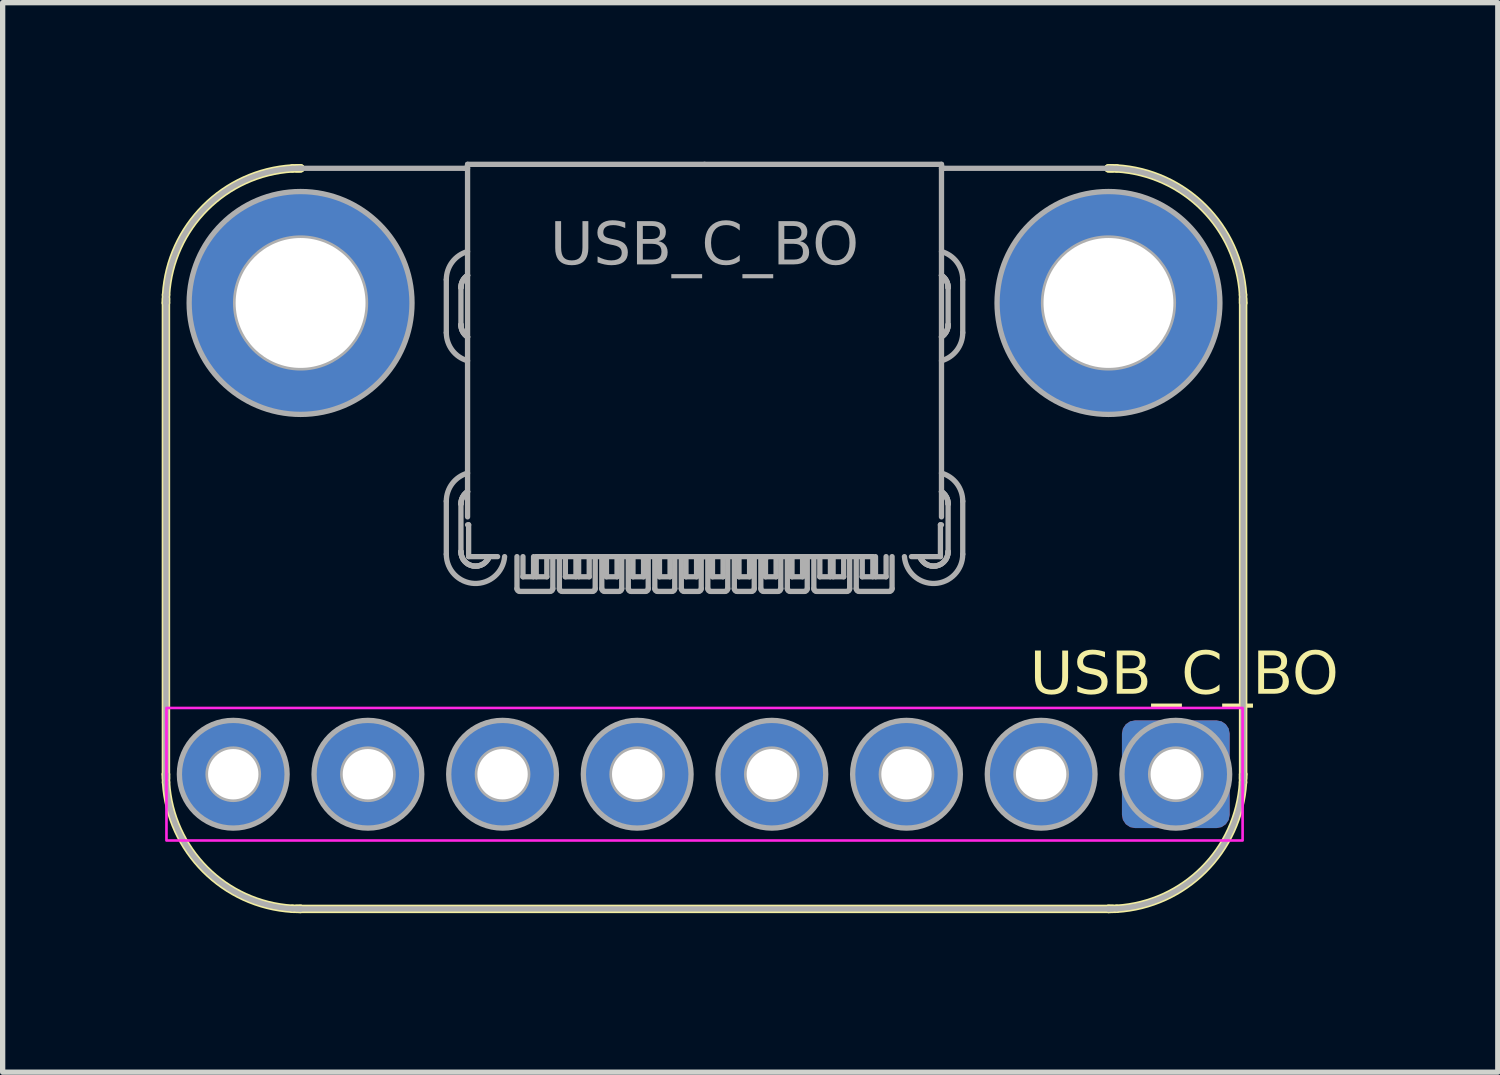
<source format=kicad_pcb>
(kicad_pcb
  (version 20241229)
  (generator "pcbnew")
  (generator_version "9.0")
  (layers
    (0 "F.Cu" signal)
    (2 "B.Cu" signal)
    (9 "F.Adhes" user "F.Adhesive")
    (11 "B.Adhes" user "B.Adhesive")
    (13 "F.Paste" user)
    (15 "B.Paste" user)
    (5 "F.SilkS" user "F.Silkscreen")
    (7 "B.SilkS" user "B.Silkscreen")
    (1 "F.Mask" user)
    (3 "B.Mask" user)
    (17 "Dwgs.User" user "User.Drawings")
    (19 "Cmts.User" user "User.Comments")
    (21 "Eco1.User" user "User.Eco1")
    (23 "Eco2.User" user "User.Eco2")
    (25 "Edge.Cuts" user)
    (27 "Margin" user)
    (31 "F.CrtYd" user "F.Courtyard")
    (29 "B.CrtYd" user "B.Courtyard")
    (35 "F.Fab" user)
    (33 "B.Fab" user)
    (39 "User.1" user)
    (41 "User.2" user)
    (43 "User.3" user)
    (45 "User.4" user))
  (footprint "USB_C_BO"
    (layer "F.Cu")
    (at 10.24 11.555)
    (property "Reference" "USB_C_BO" (at 9.05 -1.85 180) (layer "F.SilkS") (effects (font (face "PT Mono") (size 0.8 0.8) (thickness 0.15))))
    (attr through_hole)
    (fp_line (start -10.16 -8.89) (end -10.158 -9.044) (stroke (width 0.16) (type solid)) (layer "F.SilkS"))
    (fp_line (start -10.16 0) (end -10.16 -8.89) (stroke (width 0.16) (type solid)) (layer "F.SilkS"))
    (fp_line (start -10.158 0.154) (end -10.16 0) (stroke (width 0.16) (type solid)) (layer "F.SilkS"))
    (fp_line (start -7.774 -11.428) (end -7.62 -11.43) (stroke (width 0.16) (type solid)) (layer "F.SilkS"))
    (fp_line (start -7.62 2.54) (end -7.774 2.538) (stroke (width 0.16) (type solid)) (layer "F.SilkS"))
    (fp_line (start 7.62 -11.43) (end 7.774 -11.428) (stroke (width 0.16) (type solid)) (layer "F.SilkS"))
    (fp_line (start 7.62 2.54) (end -7.62 2.54) (stroke (width 0.16) (type solid)) (layer "F.SilkS"))
    (fp_line (start 7.774 2.538) (end 7.62 2.54) (stroke (width 0.16) (type solid)) (layer "F.SilkS"))
    (fp_line (start 10.158 -9.044) (end 10.16 -8.89) (stroke (width 0.16) (type solid)) (layer "F.SilkS"))
    (fp_line (start 10.16 -8.89) (end 10.16 0) (stroke (width 0.16) (type solid)) (layer "F.SilkS"))
    (fp_line (start 10.16 0) (end 10.158 0.154) (stroke (width 0.16) (type solid)) (layer "F.SilkS"))
    (fp_arc (start -10.16 -8.89) (mid -10.159711 -8.928334) (end -10.158843 -8.96666) (stroke (width 0.16) (type solid)) (layer "F.SilkS"))
    (fp_arc (start -10.158843 0.07666) (mid -10.159711 0.038334) (end -10.16 0) (stroke (width 0.16) (type solid)) (layer "F.SilkS"))
    (fp_arc (start -10.157683 -9.043501) (mid -9.417693 -10.687693) (end -7.773502 -11.427683) (stroke (width 0.16) (type solid)) (layer "F.SilkS"))
    (fp_arc (start -7.773501 2.537683) (mid -9.417693 1.797693) (end -10.157683 0.153502) (stroke (width 0.16) (type solid)) (layer "F.SilkS"))
    (fp_arc (start -7.69666 -11.428843) (mid -7.658334 -11.429711) (end -7.62 -11.43) (stroke (width 0.16) (type solid)) (layer "F.SilkS"))
    (fp_arc (start -7.62 2.54) (mid -7.658334 2.539711) (end -7.69666 2.538843) (stroke (width 0.16) (type solid)) (layer "F.SilkS"))
    (fp_arc (start 7.62 -11.43) (mid 7.658334 -11.429711) (end 7.69666 -11.428843) (stroke (width 0.16) (type solid)) (layer "F.SilkS"))
    (fp_arc (start 7.69666 2.538843) (mid 7.658334 2.539711) (end 7.62 2.54) (stroke (width 0.16) (type solid)) (layer "F.SilkS"))
    (fp_arc (start 7.773501 -11.427683) (mid 9.417693 -10.687693) (end 10.157683 -9.043502) (stroke (width 0.16) (type solid)) (layer "F.SilkS"))
    (fp_arc (start 10.157683 0.153501) (mid 9.417693 1.797693) (end 7.773502 2.537683) (stroke (width 0.16) (type solid)) (layer "F.SilkS"))
    (fp_arc (start 10.158843 -8.96666) (mid 10.159711 -8.928334) (end 10.16 -8.89) (stroke (width 0.16) (type solid)) (layer "F.SilkS"))
    (fp_arc (start 10.16 0) (mid 10.159711 0.038334) (end 10.158843 0.07666) (stroke (width 0.16) (type solid)) (layer "F.SilkS"))
    (fp_rect (start -10.15 -1.25) (end 10.15 1.25) (stroke (width 0.05) (type default)) (fill no) (layer "F.CrtYd"))
    (fp_line (start -10.16 -8.89) (end -10.158 -9.044) (stroke (width 0.1) (type solid)) (layer "F.Fab"))
    (fp_line (start -10.16 0) (end -10.16 -8.89) (stroke (width 0.1) (type solid)) (layer "F.Fab"))
    (fp_line (start -10.158 0.154) (end -10.16 0) (stroke (width 0.1) (type solid)) (layer "F.Fab"))
    (fp_line (start -7.774 -11.428) (end -7.62 -11.43) (stroke (width 0.1) (type solid)) (layer "F.Fab"))
    (fp_line (start -7.62 -11.43) (end -4.521 -11.43) (stroke (width 0.1) (type solid)) (layer "F.Fab"))
    (fp_line (start -7.62 2.54) (end -7.774 2.538) (stroke (width 0.1) (type solid)) (layer "F.Fab"))
    (fp_line (start -4.871 -9.33) (end -4.871 -8.33) (stroke (width 0.1) (type solid)) (layer "F.Fab"))
    (fp_line (start -4.871 -5.15) (end -4.871 -4.15) (stroke (width 0.1) (type solid)) (layer "F.Fab"))
    (fp_line (start -4.595 -8.48) (end -4.595 -9.18) (stroke (width 0.1) (type solid)) (layer "F.Fab"))
    (fp_line (start -4.595 -4.2) (end -4.595 -5.1) (stroke (width 0.1) (type solid)) (layer "F.Fab"))
    (fp_line (start -4.521 -11.43) (end -4.47 -11.43) (stroke (width 0.1) (type solid)) (layer "F.Fab"))
    (fp_line (start -4.47 -11.505) (end -4.47 -4.855) (stroke (width 0.1) (type solid)) (layer "F.Fab"))
    (fp_line (start -4.47 -4.705) (end -4.45 -4.705) (stroke (width 0.1) (type solid)) (layer "F.Fab"))
    (fp_line (start -4.45 -4.105) (end -4.45 -4.705) (stroke (width 0.1) (type solid)) (layer "F.Fab"))
    (fp_line (start -3.903 -4.105) (end -4.45 -4.105) (stroke (width 0.1) (type solid)) (layer "F.Fab"))
    (fp_line (start -3.538 -4.105) (end -3.538 -3.5) (stroke (width 0.1) (type solid)) (layer "F.Fab"))
    (fp_line (start -3.487 -3.449) (end -2.913 -3.449) (stroke (width 0.1) (type solid)) (layer "F.Fab"))
    (fp_line (start -3.425 -4.105) (end -3.425 -3.725) (stroke (width 0.1) (type solid)) (layer "F.Fab"))
    (fp_line (start -3.425 -3.725) (end -3.225 -3.725) (stroke (width 0.1) (type solid)) (layer "F.Fab"))
    (fp_line (start -3.225 -4.105) (end -3.225 -3.725) (stroke (width 0.1) (type solid)) (layer "F.Fab"))
    (fp_line (start -3.175 -4.105) (end -3.175 -3.725) (stroke (width 0.1) (type solid)) (layer "F.Fab"))
    (fp_line (start -3.175 -3.725) (end -2.975 -3.725) (stroke (width 0.1) (type solid)) (layer "F.Fab"))
    (fp_line (start -3.17 -4.105) (end -2.6 -4.105) (stroke (width 0.1) (type solid)) (layer "F.Fab"))
    (fp_line (start -2.975 -4.105) (end -2.975 -3.725) (stroke (width 0.1) (type solid)) (layer "F.Fab"))
    (fp_line (start -2.862 -3.5) (end -2.862 -4.105) (stroke (width 0.1) (type solid)) (layer "F.Fab"))
    (fp_line (start -2.738 -4.105) (end -2.738 -3.5) (stroke (width 0.1) (type solid)) (layer "F.Fab"))
    (fp_line (start -2.688 -3.449) (end -2.112 -3.449) (stroke (width 0.1) (type solid)) (layer "F.Fab"))
    (fp_line (start -2.625 -4.105) (end -2.625 -3.725) (stroke (width 0.1) (type solid)) (layer "F.Fab"))
    (fp_line (start -2.625 -3.725) (end -2.425 -3.725) (stroke (width 0.1) (type solid)) (layer "F.Fab"))
    (fp_line (start -2.6 -4.105) (end -2.4 -4.105) (stroke (width 0.1) (type solid)) (layer "F.Fab"))
    (fp_line (start -2.425 -4.105) (end -2.425 -3.725) (stroke (width 0.1) (type solid)) (layer "F.Fab"))
    (fp_line (start -2.4 -4.105) (end -1.2 -4.105) (stroke (width 0.1) (type solid)) (layer "F.Fab"))
    (fp_line (start -2.375 -4.105) (end -2.375 -3.725) (stroke (width 0.1) (type solid)) (layer "F.Fab"))
    (fp_line (start -2.375 -3.725) (end -2.175 -3.725) (stroke (width 0.1) (type solid)) (layer "F.Fab"))
    (fp_line (start -2.175 -4.105) (end -2.175 -3.725) (stroke (width 0.1) (type solid)) (layer "F.Fab"))
    (fp_line (start -2.062 -3.5) (end -2.062 -4.105) (stroke (width 0.1) (type solid)) (layer "F.Fab"))
    (fp_line (start -1.938 -4.105) (end -1.938 -3.5) (stroke (width 0.1) (type solid)) (layer "F.Fab"))
    (fp_line (start -1.887 -3.449) (end -1.613 -3.449) (stroke (width 0.1) (type solid)) (layer "F.Fab"))
    (fp_line (start -1.85 -4.105) (end -1.85 -3.725) (stroke (width 0.1) (type solid)) (layer "F.Fab"))
    (fp_line (start -1.85 -3.725) (end -1.65 -3.725) (stroke (width 0.1) (type solid)) (layer "F.Fab"))
    (fp_line (start -1.65 -4.105) (end -1.65 -3.725) (stroke (width 0.1) (type solid)) (layer "F.Fab"))
    (fp_line (start -1.562 -3.5) (end -1.562 -4.105) (stroke (width 0.1) (type solid)) (layer "F.Fab"))
    (fp_line (start -1.438 -4.105) (end -1.438 -3.5) (stroke (width 0.1) (type solid)) (layer "F.Fab"))
    (fp_line (start -1.387 -3.449) (end -1.113 -3.449) (stroke (width 0.1) (type solid)) (layer "F.Fab"))
    (fp_line (start -1.35 -4.105) (end -1.35 -3.725) (stroke (width 0.1) (type solid)) (layer "F.Fab"))
    (fp_line (start -1.35 -3.725) (end -1.15 -3.725) (stroke (width 0.1) (type solid)) (layer "F.Fab"))
    (fp_line (start -1.2 -4.105) (end 0 -4.105) (stroke (width 0.1) (type solid)) (layer "F.Fab"))
    (fp_line (start -1.15 -4.105) (end -1.15 -3.725) (stroke (width 0.1) (type solid)) (layer "F.Fab"))
    (fp_line (start -1.062 -3.5) (end -1.062 -4.105) (stroke (width 0.1) (type solid)) (layer "F.Fab"))
    (fp_line (start -0.938 -4.105) (end -0.938 -3.5) (stroke (width 0.1) (type solid)) (layer "F.Fab"))
    (fp_line (start -0.887 -3.449) (end -0.613 -3.449) (stroke (width 0.1) (type solid)) (layer "F.Fab"))
    (fp_line (start -0.85 -4.105) (end -0.85 -3.725) (stroke (width 0.1) (type solid)) (layer "F.Fab"))
    (fp_line (start -0.85 -3.725) (end -0.65 -3.725) (stroke (width 0.1) (type solid)) (layer "F.Fab"))
    (fp_line (start -0.65 -4.105) (end -0.65 -3.725) (stroke (width 0.1) (type solid)) (layer "F.Fab"))
    (fp_line (start -0.562 -3.5) (end -0.562 -4.105) (stroke (width 0.1) (type solid)) (layer "F.Fab"))
    (fp_line (start -0.438 -4.105) (end -0.438 -3.5) (stroke (width 0.1) (type solid)) (layer "F.Fab"))
    (fp_line (start -0.388 -3.449) (end -0.113 -3.449) (stroke (width 0.1) (type solid)) (layer "F.Fab"))
    (fp_line (start -0.35 -4.105) (end -0.35 -3.725) (stroke (width 0.1) (type solid)) (layer "F.Fab"))
    (fp_line (start -0.35 -3.725) (end -0.15 -3.725) (stroke (width 0.1) (type solid)) (layer "F.Fab"))
    (fp_line (start -0.15 -4.105) (end -0.15 -3.725) (stroke (width 0.1) (type solid)) (layer "F.Fab"))
    (fp_line (start -0.062 -3.5) (end -0.062 -4.105) (stroke (width 0.1) (type solid)) (layer "F.Fab"))
    (fp_line (start 0 -11.505) (end -4.47 -11.505) (stroke (width 0.1) (type solid)) (layer "F.Fab"))
    (fp_line (start 0 -11.505) (end 4.47 -11.505) (stroke (width 0.1) (type solid)) (layer "F.Fab"))
    (fp_line (start 0.062 -4.105) (end 0.062 -3.5) (stroke (width 0.1) (type solid)) (layer "F.Fab"))
    (fp_line (start 0.113 -3.449) (end 0.388 -3.449) (stroke (width 0.1) (type solid)) (layer "F.Fab"))
    (fp_line (start 0.15 -4.105) (end 0.15 -3.725) (stroke (width 0.1) (type solid)) (layer "F.Fab"))
    (fp_line (start 0.35 -4.105) (end 0.35 -3.725) (stroke (width 0.1) (type solid)) (layer "F.Fab"))
    (fp_line (start 0.35 -3.725) (end 0.15 -3.725) (stroke (width 0.1) (type solid)) (layer "F.Fab"))
    (fp_line (start 0.438 -3.5) (end 0.438 -4.105) (stroke (width 0.1) (type solid)) (layer "F.Fab"))
    (fp_line (start 0.562 -4.105) (end 0.562 -3.5) (stroke (width 0.1) (type solid)) (layer "F.Fab"))
    (fp_line (start 0.613 -3.449) (end 0.887 -3.449) (stroke (width 0.1) (type solid)) (layer "F.Fab"))
    (fp_line (start 0.65 -4.105) (end 0.65 -3.725) (stroke (width 0.1) (type solid)) (layer "F.Fab"))
    (fp_line (start 0.85 -4.105) (end 0.85 -3.725) (stroke (width 0.1) (type solid)) (layer "F.Fab"))
    (fp_line (start 0.85 -3.725) (end 0.65 -3.725) (stroke (width 0.1) (type solid)) (layer "F.Fab"))
    (fp_line (start 0.938 -3.5) (end 0.938 -4.105) (stroke (width 0.1) (type solid)) (layer "F.Fab"))
    (fp_line (start 1.062 -4.105) (end 1.062 -3.5) (stroke (width 0.1) (type solid)) (layer "F.Fab"))
    (fp_line (start 1.113 -3.449) (end 1.387 -3.449) (stroke (width 0.1) (type solid)) (layer "F.Fab"))
    (fp_line (start 1.15 -4.105) (end 1.15 -3.725) (stroke (width 0.1) (type solid)) (layer "F.Fab"))
    (fp_line (start 1.2 -4.105) (end 0 -4.105) (stroke (width 0.1) (type solid)) (layer "F.Fab"))
    (fp_line (start 1.35 -4.105) (end 1.35 -3.725) (stroke (width 0.1) (type solid)) (layer "F.Fab"))
    (fp_line (start 1.35 -3.725) (end 1.15 -3.725) (stroke (width 0.1) (type solid)) (layer "F.Fab"))
    (fp_line (start 1.438 -3.5) (end 1.438 -4.105) (stroke (width 0.1) (type solid)) (layer "F.Fab"))
    (fp_line (start 1.562 -4.105) (end 1.562 -3.5) (stroke (width 0.1) (type solid)) (layer "F.Fab"))
    (fp_line (start 1.613 -3.449) (end 1.887 -3.449) (stroke (width 0.1) (type solid)) (layer "F.Fab"))
    (fp_line (start 1.65 -4.105) (end 1.65 -3.725) (stroke (width 0.1) (type solid)) (layer "F.Fab"))
    (fp_line (start 1.85 -4.105) (end 1.85 -3.725) (stroke (width 0.1) (type solid)) (layer "F.Fab"))
    (fp_line (start 1.85 -3.725) (end 1.65 -3.725) (stroke (width 0.1) (type solid)) (layer "F.Fab"))
    (fp_line (start 1.938 -3.5) (end 1.938 -4.105) (stroke (width 0.1) (type solid)) (layer "F.Fab"))
    (fp_line (start 2.062 -4.105) (end 2.062 -3.5) (stroke (width 0.1) (type solid)) (layer "F.Fab"))
    (fp_line (start 2.112 -3.449) (end 2.688 -3.449) (stroke (width 0.1) (type solid)) (layer "F.Fab"))
    (fp_line (start 2.175 -4.105) (end 2.175 -3.725) (stroke (width 0.1) (type solid)) (layer "F.Fab"))
    (fp_line (start 2.375 -4.105) (end 2.375 -3.725) (stroke (width 0.1) (type solid)) (layer "F.Fab"))
    (fp_line (start 2.375 -3.725) (end 2.175 -3.725) (stroke (width 0.1) (type solid)) (layer "F.Fab"))
    (fp_line (start 2.4 -4.105) (end 1.2 -4.105) (stroke (width 0.1) (type solid)) (layer "F.Fab"))
    (fp_line (start 2.425 -4.105) (end 2.425 -3.725) (stroke (width 0.1) (type solid)) (layer "F.Fab"))
    (fp_line (start 2.6 -4.105) (end 2.4 -4.105) (stroke (width 0.1) (type solid)) (layer "F.Fab"))
    (fp_line (start 2.625 -4.105) (end 2.625 -3.725) (stroke (width 0.1) (type solid)) (layer "F.Fab"))
    (fp_line (start 2.625 -3.725) (end 2.425 -3.725) (stroke (width 0.1) (type solid)) (layer "F.Fab"))
    (fp_line (start 2.738 -3.5) (end 2.738 -4.105) (stroke (width 0.1) (type solid)) (layer "F.Fab"))
    (fp_line (start 2.862 -4.105) (end 2.862 -3.5) (stroke (width 0.1) (type solid)) (layer "F.Fab"))
    (fp_line (start 2.913 -3.449) (end 3.487 -3.449) (stroke (width 0.1) (type solid)) (layer "F.Fab"))
    (fp_line (start 2.975 -4.105) (end 2.975 -3.725) (stroke (width 0.1) (type solid)) (layer "F.Fab"))
    (fp_line (start 3.17 -4.105) (end 2.6 -4.105) (stroke (width 0.1) (type solid)) (layer "F.Fab"))
    (fp_line (start 3.175 -4.105) (end 3.175 -3.725) (stroke (width 0.1) (type solid)) (layer "F.Fab"))
    (fp_line (start 3.175 -3.725) (end 2.975 -3.725) (stroke (width 0.1) (type solid)) (layer "F.Fab"))
    (fp_line (start 3.225 -4.105) (end 3.225 -3.725) (stroke (width 0.1) (type solid)) (layer "F.Fab"))
    (fp_line (start 3.425 -4.105) (end 3.425 -3.725) (stroke (width 0.1) (type solid)) (layer "F.Fab"))
    (fp_line (start 3.425 -3.725) (end 3.225 -3.725) (stroke (width 0.1) (type solid)) (layer "F.Fab"))
    (fp_line (start 3.538 -3.5) (end 3.538 -4.105) (stroke (width 0.1) (type solid)) (layer "F.Fab"))
    (fp_line (start 3.903 -4.105) (end 4.45 -4.105) (stroke (width 0.1) (type solid)) (layer "F.Fab"))
    (fp_line (start 4.45 -4.105) (end 4.45 -4.705) (stroke (width 0.1) (type solid)) (layer "F.Fab"))
    (fp_line (start 4.47 -11.505) (end 4.47 -4.855) (stroke (width 0.1) (type solid)) (layer "F.Fab"))
    (fp_line (start 4.47 -11.43) (end 4.521 -11.43) (stroke (width 0.1) (type solid)) (layer "F.Fab"))
    (fp_line (start 4.47 -4.705) (end 4.45 -4.705) (stroke (width 0.1) (type solid)) (layer "F.Fab"))
    (fp_line (start 4.521 -11.43) (end 7.62 -11.43) (stroke (width 0.1) (type solid)) (layer "F.Fab"))
    (fp_line (start 4.595 -9.18) (end 4.595 -8.48) (stroke (width 0.1) (type solid)) (layer "F.Fab"))
    (fp_line (start 4.595 -5.1) (end 4.595 -4.2) (stroke (width 0.1) (type solid)) (layer "F.Fab"))
    (fp_line (start 4.871 -8.33) (end 4.871 -9.33) (stroke (width 0.1) (type solid)) (layer "F.Fab"))
    (fp_line (start 4.871 -4.15) (end 4.871 -5.15) (stroke (width 0.1) (type solid)) (layer "F.Fab"))
    (fp_line (start 7.62 -11.43) (end 7.774 -11.428) (stroke (width 0.1) (type solid)) (layer "F.Fab"))
    (fp_line (start 7.62 2.54) (end -7.62 2.54) (stroke (width 0.1) (type solid)) (layer "F.Fab"))
    (fp_line (start 7.774 2.538) (end 7.62 2.54) (stroke (width 0.1) (type solid)) (layer "F.Fab"))
    (fp_line (start 10.158 -9.044) (end 10.16 -8.89) (stroke (width 0.1) (type solid)) (layer "F.Fab"))
    (fp_line (start 10.16 -8.89) (end 10.16 0) (stroke (width 0.1) (type solid)) (layer "F.Fab"))
    (fp_line (start 10.16 0) (end 10.158 0.154) (stroke (width 0.1) (type solid)) (layer "F.Fab"))
    (fp_arc (start -10.16 -8.89) (mid -10.159711 -8.928334) (end -10.158843 -8.96666) (stroke (width 0.1) (type solid)) (layer "F.Fab"))
    (fp_arc (start -10.158843 0.07666) (mid -10.159711 0.038334) (end -10.16 0) (stroke (width 0.1) (type solid)) (layer "F.Fab"))
    (fp_arc (start -10.157683 -9.043501) (mid -9.417693 -10.687693) (end -7.773502 -11.427683) (stroke (width 0.1) (type solid)) (layer "F.Fab"))
    (fp_arc (start -7.773501 2.537683) (mid -9.417693 1.797693) (end -10.157683 0.153502) (stroke (width 0.1) (type solid)) (layer "F.Fab"))
    (fp_arc (start -7.69666 -11.428843) (mid -7.658334 -11.429711) (end -7.62 -11.43) (stroke (width 0.1) (type solid)) (layer "F.Fab"))
    (fp_arc (start -7.62 2.54) (mid -7.658334 2.539711) (end -7.69666 2.538843) (stroke (width 0.1) (type solid)) (layer "F.Fab"))
    (fp_arc (start -4.8708 -9.33) (mid -4.759318 -9.662235) (end -4.47 -9.859982) (stroke (width 0.1) (type solid)) (layer "F.Fab"))
    (fp_arc (start -4.8708 -5.15) (mid -4.759318 -5.482235) (end -4.47 -5.679982) (stroke (width 0.1) (type solid)) (layer "F.Fab"))
    (fp_arc (start -4.595 -9.18) (mid -4.561738 -9.311101) (end -4.47 -9.410489) (stroke (width 0.1) (type solid)) (layer "F.Fab"))
    (fp_arc (start -4.595 -9.18) (mid -4.561738 -9.311101) (end -4.47 -9.410489) (stroke (width 0.1) (type solid)) (layer "F.Fab"))
    (fp_arc (start -4.595 -9.18) (mid -4.561738 -9.311101) (end -4.47 -9.410489) (stroke (width 0.1) (type solid)) (layer "F.Fab"))
    (fp_arc (start -4.595 -5.1) (mid -4.561738 -5.231101) (end -4.47 -5.330489) (stroke (width 0.1) (type solid)) (layer "F.Fab"))
    (fp_arc (start -4.595 -5.1) (mid -4.561738 -5.231101) (end -4.47 -5.330489) (stroke (width 0.1) (type solid)) (layer "F.Fab"))
    (fp_arc (start -4.595 -5.1) (mid -4.561738 -5.231101) (end -4.47 -5.330489) (stroke (width 0.1) (type solid)) (layer "F.Fab"))
    (fp_arc (start -4.47 -8.249511) (mid -4.561739 -8.348899) (end -4.595 -8.48) (stroke (width 0.1) (type solid)) (layer "F.Fab"))
    (fp_arc (start -4.47 -8.249511) (mid -4.561739 -8.348899) (end -4.595 -8.48) (stroke (width 0.1) (type solid)) (layer "F.Fab"))
    (fp_arc (start -4.47 -8.249511) (mid -4.561739 -8.348899) (end -4.595 -8.48) (stroke (width 0.1) (type solid)) (layer "F.Fab"))
    (fp_arc (start -4.47 -7.800018) (mid -4.759318 -7.997764) (end -4.8708 -8.33) (stroke (width 0.1) (type solid)) (layer "F.Fab"))
    (fp_arc (start -4.06193 -4.105) (mid -4.368248 -3.929265) (end -4.595 -4.2) (stroke (width 0.1) (type solid)) (layer "F.Fab"))
    (fp_arc (start -4.06193 -4.105) (mid -4.368248 -3.929265) (end -4.595 -4.2) (stroke (width 0.1) (type solid)) (layer "F.Fab"))
    (fp_arc (start -4.06193 -4.105) (mid -4.368248 -3.929265) (end -4.595 -4.2) (stroke (width 0.1) (type solid)) (layer "F.Fab"))
    (fp_arc (start -3.771041 -4.105) (mid -4.342519 -3.59966) (end -4.8708 -4.15) (stroke (width 0.1) (type solid)) (layer "F.Fab"))
    (fp_arc (start -3.4875 -3.4492) (mid -3.523421 -3.464079) (end -3.5383 -3.5) (stroke (width 0.1) (type solid)) (layer "F.Fab"))
    (fp_arc (start -2.8617 -3.5) (mid -2.876579 -3.464079) (end -2.9125 -3.4492) (stroke (width 0.1) (type solid)) (layer "F.Fab"))
    (fp_arc (start -2.6875 -3.4492) (mid -2.723421 -3.464079) (end -2.7383 -3.5) (stroke (width 0.1) (type solid)) (layer "F.Fab"))
    (fp_arc (start -2.0617 -3.5) (mid -2.076579 -3.464079) (end -2.1125 -3.4492) (stroke (width 0.1) (type solid)) (layer "F.Fab"))
    (fp_arc (start -1.8875 -3.4492) (mid -1.923421 -3.464079) (end -1.9383 -3.5) (stroke (width 0.1) (type solid)) (layer "F.Fab"))
    (fp_arc (start -1.5617 -3.5) (mid -1.576579 -3.464079) (end -1.6125 -3.4492) (stroke (width 0.1) (type solid)) (layer "F.Fab"))
    (fp_arc (start -1.3875 -3.4492) (mid -1.423421 -3.464079) (end -1.4383 -3.5) (stroke (width 0.1) (type solid)) (layer "F.Fab"))
    (fp_arc (start -1.0617 -3.5) (mid -1.076579 -3.464079) (end -1.1125 -3.4492) (stroke (width 0.1) (type solid)) (layer "F.Fab"))
    (fp_arc (start -0.8875 -3.4492) (mid -0.923421 -3.464079) (end -0.9383 -3.5) (stroke (width 0.1) (type solid)) (layer "F.Fab"))
    (fp_arc (start -0.5617 -3.5) (mid -0.576579 -3.464079) (end -0.6125 -3.4492) (stroke (width 0.1) (type solid)) (layer "F.Fab"))
    (fp_arc (start -0.3875 -3.4492) (mid -0.423421 -3.464079) (end -0.4383 -3.5) (stroke (width 0.1) (type solid)) (layer "F.Fab"))
    (fp_arc (start -0.0617 -3.5) (mid -0.076579 -3.464079) (end -0.1125 -3.4492) (stroke (width 0.1) (type solid)) (layer "F.Fab"))
    (fp_arc (start 0.1125 -3.4492) (mid 0.076579 -3.464079) (end 0.0617 -3.5) (stroke (width 0.1) (type solid)) (layer "F.Fab"))
    (fp_arc (start 0.4383 -3.5) (mid 0.423421 -3.464079) (end 0.3875 -3.4492) (stroke (width 0.1) (type solid)) (layer "F.Fab"))
    (fp_arc (start 0.6125 -3.4492) (mid 0.576579 -3.464079) (end 0.5617 -3.5) (stroke (width 0.1) (type solid)) (layer "F.Fab"))
    (fp_arc (start 0.9383 -3.5) (mid 0.923421 -3.464079) (end 0.8875 -3.4492) (stroke (width 0.1) (type solid)) (layer "F.Fab"))
    (fp_arc (start 1.1125 -3.4492) (mid 1.076579 -3.464079) (end 1.0617 -3.5) (stroke (width 0.1) (type solid)) (layer "F.Fab"))
    (fp_arc (start 1.4383 -3.5) (mid 1.423421 -3.464079) (end 1.3875 -3.4492) (stroke (width 0.1) (type solid)) (layer "F.Fab"))
    (fp_arc (start 1.6125 -3.4492) (mid 1.576579 -3.464079) (end 1.5617 -3.5) (stroke (width 0.1) (type solid)) (layer "F.Fab"))
    (fp_arc (start 1.9383 -3.5) (mid 1.923421 -3.464079) (end 1.8875 -3.4492) (stroke (width 0.1) (type solid)) (layer "F.Fab"))
    (fp_arc (start 2.1125 -3.4492) (mid 2.076579 -3.464079) (end 2.0617 -3.5) (stroke (width 0.1) (type solid)) (layer "F.Fab"))
    (fp_arc (start 2.7383 -3.5) (mid 2.723421 -3.464079) (end 2.6875 -3.4492) (stroke (width 0.1) (type solid)) (layer "F.Fab"))
    (fp_arc (start 2.9125 -3.4492) (mid 2.876579 -3.464079) (end 2.8617 -3.5) (stroke (width 0.1) (type solid)) (layer "F.Fab"))
    (fp_arc (start 3.5383 -3.5) (mid 3.523421 -3.464079) (end 3.4875 -3.4492) (stroke (width 0.1) (type solid)) (layer "F.Fab"))
    (fp_arc (start 4.47 -9.859982) (mid 4.759318 -9.662236) (end 4.8708 -9.33) (stroke (width 0.1) (type solid)) (layer "F.Fab"))
    (fp_arc (start 4.47 -9.410489) (mid 4.561739 -9.311101) (end 4.595 -9.18) (stroke (width 0.1) (type solid)) (layer "F.Fab"))
    (fp_arc (start 4.47 -9.410489) (mid 4.561739 -9.311101) (end 4.595 -9.18) (stroke (width 0.1) (type solid)) (layer "F.Fab"))
    (fp_arc (start 4.47 -9.410489) (mid 4.561739 -9.311101) (end 4.595 -9.18) (stroke (width 0.1) (type solid)) (layer "F.Fab"))
    (fp_arc (start 4.47 -5.679982) (mid 4.759318 -5.482236) (end 4.8708 -5.15) (stroke (width 0.1) (type solid)) (layer "F.Fab"))
    (fp_arc (start 4.47 -5.330489) (mid 4.561739 -5.231101) (end 4.595 -5.1) (stroke (width 0.1) (type solid)) (layer "F.Fab"))
    (fp_arc (start 4.47 -5.330489) (mid 4.561739 -5.231101) (end 4.595 -5.1) (stroke (width 0.1) (type solid)) (layer "F.Fab"))
    (fp_arc (start 4.47 -5.330489) (mid 4.561739 -5.231101) (end 4.595 -5.1) (stroke (width 0.1) (type solid)) (layer "F.Fab"))
    (fp_arc (start 4.595 -8.48) (mid 4.561738 -8.348899) (end 4.47 -8.249511) (stroke (width 0.1) (type solid)) (layer "F.Fab"))
    (fp_arc (start 4.595 -8.48) (mid 4.561738 -8.348899) (end 4.47 -8.249511) (stroke (width 0.1) (type solid)) (layer "F.Fab"))
    (fp_arc (start 4.595 -8.48) (mid 4.561738 -8.348899) (end 4.47 -8.249511) (stroke (width 0.1) (type solid)) (layer "F.Fab"))
    (fp_arc (start 4.595 -4.2) (mid 4.368248 -3.929266) (end 4.06193 -4.105) (stroke (width 0.1) (type solid)) (layer "F.Fab"))
    (fp_arc (start 4.595 -4.2) (mid 4.368248 -3.929266) (end 4.06193 -4.105) (stroke (width 0.1) (type solid)) (layer "F.Fab"))
    (fp_arc (start 4.595 -4.2) (mid 4.368248 -3.929266) (end 4.06193 -4.105) (stroke (width 0.1) (type solid)) (layer "F.Fab"))
    (fp_arc (start 4.8708 -8.33) (mid 4.759318 -7.997765) (end 4.47 -7.800018) (stroke (width 0.1) (type solid)) (layer "F.Fab"))
    (fp_arc (start 4.8708 -4.15) (mid 4.342519 -3.599661) (end 3.771041 -4.105) (stroke (width 0.1) (type solid)) (layer "F.Fab"))
    (fp_arc (start 7.62 -11.43) (mid 7.658334 -11.429711) (end 7.69666 -11.428843) (stroke (width 0.1) (type solid)) (layer "F.Fab"))
    (fp_arc (start 7.69666 2.538843) (mid 7.658334 2.539711) (end 7.62 2.54) (stroke (width 0.1) (type solid)) (layer "F.Fab"))
    (fp_arc (start 7.773501 -11.427683) (mid 9.417693 -10.687693) (end 10.157683 -9.043502) (stroke (width 0.1) (type solid)) (layer "F.Fab"))
    (fp_arc (start 10.157683 0.153501) (mid 9.417693 1.797693) (end 7.773502 2.537683) (stroke (width 0.1) (type solid)) (layer "F.Fab"))
    (fp_arc (start 10.158843 -8.96666) (mid 10.159711 -8.928334) (end 10.16 -8.89) (stroke (width 0.1) (type solid)) (layer "F.Fab"))
    (fp_arc (start 10.16 0) (mid 10.159711 0.038334) (end 10.158843 0.07666) (stroke (width 0.1) (type solid)) (layer "F.Fab"))
    (fp_circle (center -8.89 0) (end -9.906 0) (stroke (width 0.1) (type solid)) (fill no) (layer "F.Fab"))
    (fp_circle (center -8.89 0) (end -9.365 0) (stroke (width 0.1) (type solid)) (fill no) (layer "F.Fab"))
    (fp_circle (center -7.62 -8.89) (end -9.722 -8.89) (stroke (width 0.1) (type solid)) (fill no) (layer "F.Fab"))
    (fp_circle (center -7.62 -8.89) (end -8.845 -8.89) (stroke (width 0.1) (type solid)) (fill no) (layer "F.Fab"))
    (fp_circle (center -6.35 0) (end -7.366 0) (stroke (width 0.1) (type solid)) (fill no) (layer "F.Fab"))
    (fp_circle (center -6.35 0) (end -6.825 0) (stroke (width 0.1) (type solid)) (fill no) (layer "F.Fab"))
    (fp_circle (center -3.81 0) (end -4.826 0) (stroke (width 0.1) (type solid)) (fill no) (layer "F.Fab"))
    (fp_circle (center -3.81 0) (end -4.285 0) (stroke (width 0.1) (type solid)) (fill no) (layer "F.Fab"))
    (fp_circle (center -1.27 0) (end -2.286 0) (stroke (width 0.1) (type solid)) (fill no) (layer "F.Fab"))
    (fp_circle (center -1.27 0) (end -1.745 0) (stroke (width 0.1) (type solid)) (fill no) (layer "F.Fab"))
    (fp_circle (center 1.27 0) (end 0.254 0) (stroke (width 0.1) (type solid)) (fill no) (layer "F.Fab"))
    (fp_circle (center 1.27 0) (end 0.795 0) (stroke (width 0.1) (type solid)) (fill no) (layer "F.Fab"))
    (fp_circle (center 3.81 0) (end 2.794 0) (stroke (width 0.1) (type solid)) (fill no) (layer "F.Fab"))
    (fp_circle (center 3.81 0) (end 3.335 0) (stroke (width 0.1) (type solid)) (fill no) (layer "F.Fab"))
    (fp_circle (center 6.35 0) (end 5.334 0) (stroke (width 0.1) (type solid)) (fill no) (layer "F.Fab"))
    (fp_circle (center 6.35 0) (end 5.875 0) (stroke (width 0.1) (type solid)) (fill no) (layer "F.Fab"))
    (fp_circle (center 7.62 -8.89) (end 5.518 -8.89) (stroke (width 0.1) (type solid)) (fill no) (layer "F.Fab"))
    (fp_circle (center 7.62 -8.89) (end 6.395 -8.89) (stroke (width 0.1) (type solid)) (fill no) (layer "F.Fab"))
    (fp_circle (center 8.89 0) (end 7.874 0) (stroke (width 0.1) (type solid)) (fill no) (layer "F.Fab"))
    (fp_circle (center 8.89 0) (end 8.415 0) (stroke (width 0.1) (type solid)) (fill no) (layer "F.Fab"))
    (fp_text user "${REFERENCE}" (at 0 -9.95 180) (layer "F.Fab") (effects (font (face "PT Mono") (size 0.8 0.8) (thickness 0.15))))
    (pad "" np_thru_hole circle (at -7.62 -8.89) (size 4.203 4.203) (drill 2.45) (layers "*.Cu" "*.Mask"))
    (pad "" np_thru_hole circle (at 7.62 -8.89) (size 4.203 4.203) (drill 2.45) (layers "*.Cu" "*.Mask"))
    (pad "1" thru_hole roundrect (at 8.89 0) (size 2.032 2.032) (drill 0.95) (layers "*.Cu" "*.Mask") (roundrect_rratio 0.123))
    (pad "2" thru_hole circle (at 6.35 0) (size 2.032 2.032) (drill 0.95) (layers "*.Cu" "*.Mask"))
    (pad "3" thru_hole circle (at 3.81 0) (size 2.032 2.032) (drill 0.95) (layers "*.Cu" "*.Mask"))
    (pad "4" thru_hole circle (at 1.27 0) (size 2.032 2.032) (drill 0.95) (layers "*.Cu" "*.Mask"))
    (pad "5" thru_hole circle (at -1.27 0) (size 2.032 2.032) (drill 0.95) (layers "*.Cu" "*.Mask"))
    (pad "6" thru_hole circle (at -3.81 0) (size 2.032 2.032) (drill 0.95) (layers "*.Cu" "*.Mask"))
    (pad "7" thru_hole circle (at -6.35 0) (size 2.032 2.032) (drill 0.95) (layers "*.Cu" "*.Mask"))
    (pad "8" thru_hole circle (at -8.89 0) (size 2.032 2.032) (drill 0.95) (layers "*.Cu" "*.Mask")))
  (gr_rect
    (start -3 -3)
    (end 25.204 17.175)
    (stroke (width 0.1) (type default))
    (fill no)
    (layer "Edge.Cuts")))
</source>
